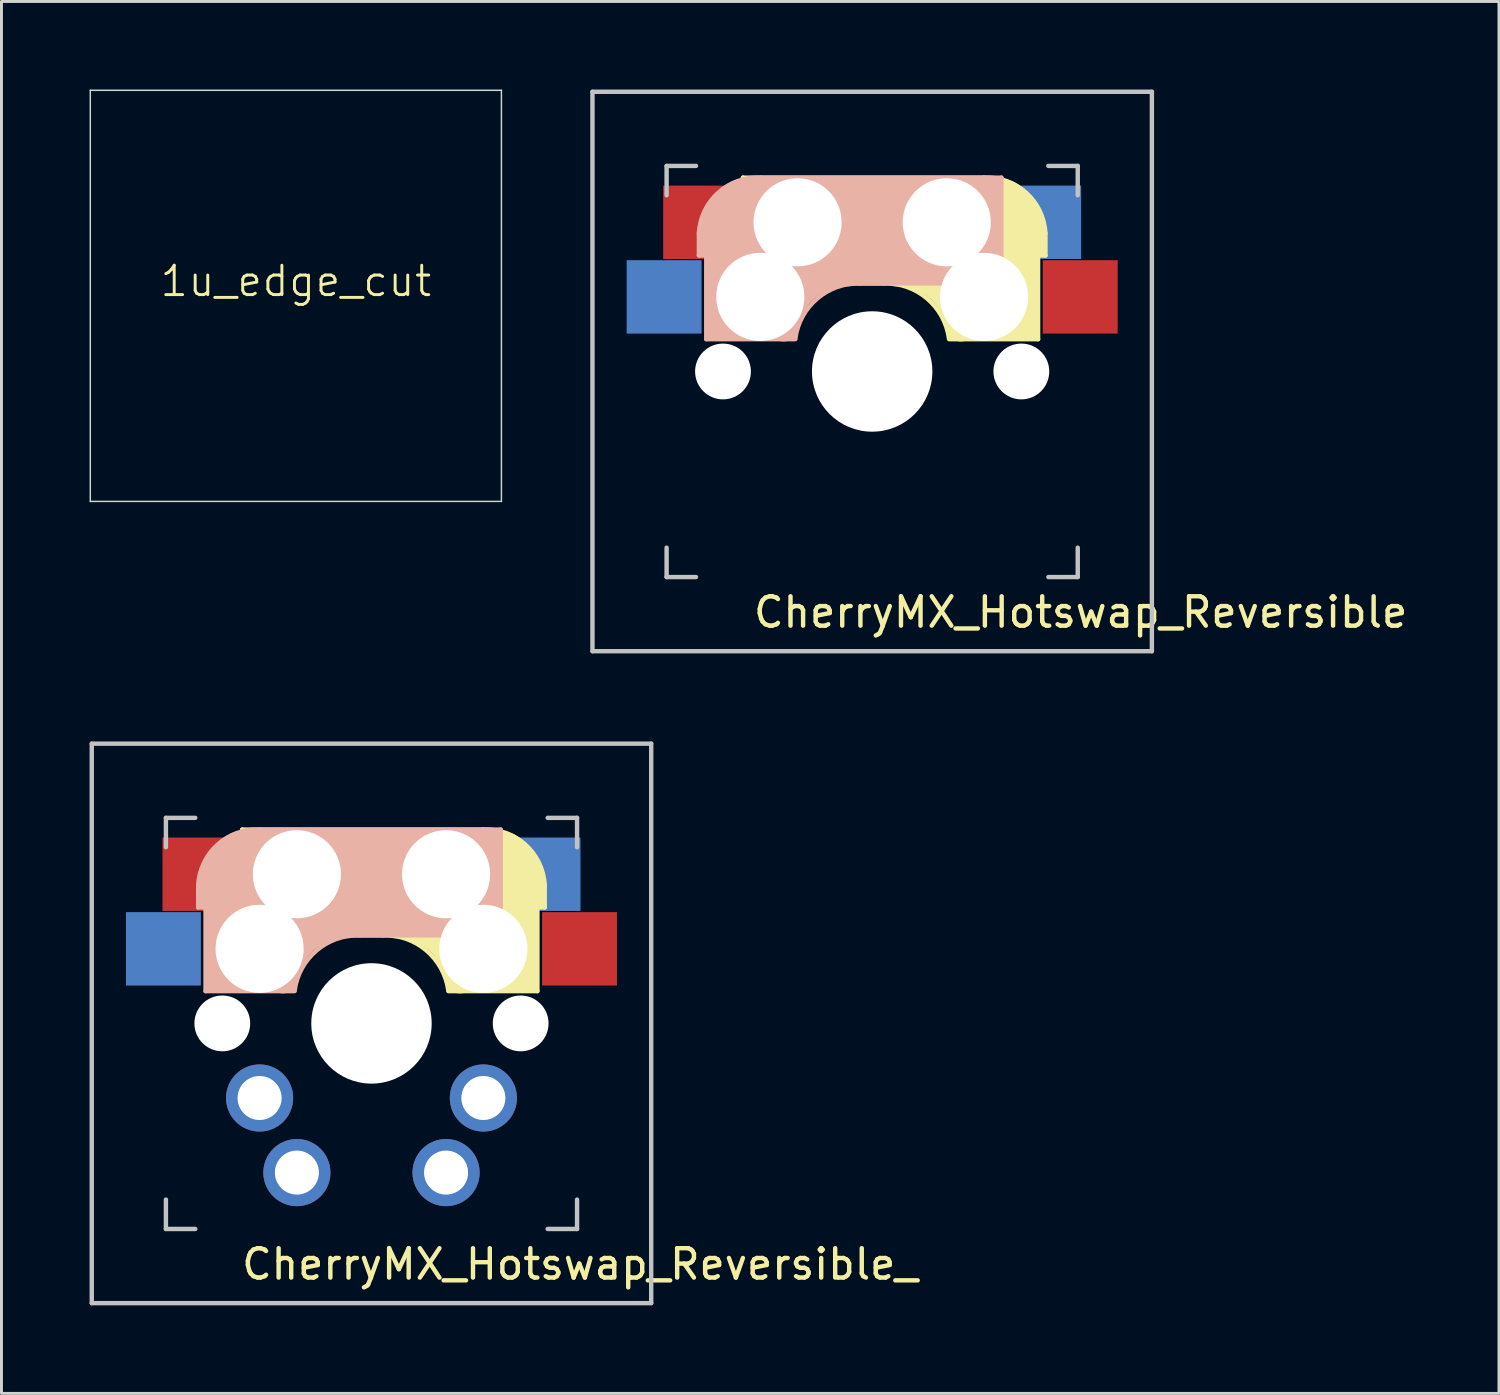
<source format=kicad_pcb>
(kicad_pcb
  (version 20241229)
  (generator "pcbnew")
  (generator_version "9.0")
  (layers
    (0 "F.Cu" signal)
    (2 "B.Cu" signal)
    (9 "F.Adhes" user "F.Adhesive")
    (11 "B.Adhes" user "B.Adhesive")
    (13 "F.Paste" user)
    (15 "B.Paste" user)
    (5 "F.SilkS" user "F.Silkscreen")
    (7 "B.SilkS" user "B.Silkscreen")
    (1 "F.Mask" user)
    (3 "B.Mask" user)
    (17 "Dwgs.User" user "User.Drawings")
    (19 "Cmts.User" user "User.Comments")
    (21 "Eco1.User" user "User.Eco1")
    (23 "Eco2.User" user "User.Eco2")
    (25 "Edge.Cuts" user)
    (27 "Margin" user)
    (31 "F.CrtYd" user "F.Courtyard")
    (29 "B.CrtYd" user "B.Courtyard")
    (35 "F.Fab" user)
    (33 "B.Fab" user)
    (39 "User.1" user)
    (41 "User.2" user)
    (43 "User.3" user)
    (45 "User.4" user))
  (footprint "CherryMX_Hotswap_Reversible_"
    (layer "F.Cu")
    (at 9.6 31.8)
    (property "Reference" "CherryMX_Hotswap_Reversible_" (at 7.1 8.2 0) (layer "F.SilkS") (effects (font (size 1 1) (thickness 0.15))))
    (attr through_hole)
    (fp_line (start -4.4 -6.6) (end 3.8 -6.6) (stroke (width 0.15) (type solid)) (layer "F.SilkS"))
    (fp_line (start -4.4 -3) (end -4.4 -6.6) (stroke (width 0.15) (type solid)) (layer "F.SilkS"))
    (fp_line (start -4.38 -4) (end -4.38 -6.25) (stroke (width 0.15) (type solid)) (layer "F.SilkS"))
    (fp_line (start -4.25 -6.4) (end -3 -6.4) (stroke (width 0.4) (type solid)) (layer "F.SilkS"))
    (fp_line (start -4.2 -3.25) (end -2.9 -3.3) (stroke (width 0.5) (type solid)) (layer "F.SilkS"))
    (fp_line (start -3.9 -6) (end -3.9 -3.5) (stroke (width 1) (type solid)) (layer "F.SilkS"))
    (fp_line (start -2.6 -4.8) (end 4.1 -4.8) (stroke (width 3.5) (type solid)) (layer "F.SilkS"))
    (fp_line (start 0.4 -3) (end -4.4 -3) (stroke (width 0.15) (type solid)) (layer "F.SilkS"))
    (fp_line (start 4.17 -5.1) (end 4.17 -2.86) (stroke (width 3) (type solid)) (layer "F.SilkS"))
    (fp_line (start 5.3 -1.6) (end 5.3 -3.4) (stroke (width 0.8) (type solid)) (layer "F.SilkS"))
    (fp_line (start 5.45 -1.3) (end 3 -1.3) (stroke (width 0.5) (type solid)) (layer "F.SilkS"))
    (fp_line (start 5.65 -5.55) (end 5.65 -1.1) (stroke (width 0.15) (type solid)) (layer "F.SilkS"))
    (fp_line (start 5.65 -1.1) (end 2.62 -1.1) (stroke (width 0.15) (type solid)) (layer "F.SilkS"))
    (fp_line (start 5.8 -4.05) (end 5.8 -4.7) (stroke (width 0.3) (type solid)) (layer "F.SilkS"))
    (fp_line (start 5.9 -4.7) (end 5.9 -3.95) (stroke (width 0.15) (type solid)) (layer "F.SilkS"))
    (fp_line (start 5.9 -3.95) (end 5.7 -3.95) (stroke (width 0.15) (type solid)) (layer "F.SilkS"))
    (fp_arc (start 0.4 -3) (mid 1.868709 -2.486118) (end 2.616318 -1.121471) (stroke (width 0.15) (type solid)) (layer "F.SilkS"))
    (fp_arc (start 0.8 -3.4) (mid 2.268709 -2.886118) (end 3.016318 -1.521471) (stroke (width 1) (type solid)) (layer "F.SilkS"))
    (fp_arc (start 3.800001 -6.6) (mid 5.243504 -6.084924) (end 5.9 -4.699999) (stroke (width 0.15) (type solid)) (layer "F.SilkS"))
    (fp_line (start -5.9 -4.7) (end -5.9 -3.95) (stroke (width 0.15) (type solid)) (layer "B.SilkS"))
    (fp_line (start -5.9 -3.95) (end -5.7 -3.95) (stroke (width 0.15) (type solid)) (layer "B.SilkS"))
    (fp_line (start -5.8 -4.05) (end -5.8 -4.7) (stroke (width 0.3) (type solid)) (layer "B.SilkS"))
    (fp_line (start -5.65 -5.55) (end -5.65 -1.1) (stroke (width 0.15) (type solid)) (layer "B.SilkS"))
    (fp_line (start -5.65 -1.1) (end -2.62 -1.1) (stroke (width 0.15) (type solid)) (layer "B.SilkS"))
    (fp_line (start -5.45 -1.3) (end -3 -1.3) (stroke (width 0.5) (type solid)) (layer "B.SilkS"))
    (fp_line (start -5.3 -1.6) (end -5.3 -3.4) (stroke (width 0.8) (type solid)) (layer "B.SilkS"))
    (fp_line (start -4.17 -5.1) (end -4.17 -2.86) (stroke (width 3) (type solid)) (layer "B.SilkS"))
    (fp_line (start -0.4 -3) (end 4.4 -3) (stroke (width 0.15) (type solid)) (layer "B.SilkS"))
    (fp_line (start 2.6 -4.8) (end -4.1 -4.8) (stroke (width 3.5) (type solid)) (layer "B.SilkS"))
    (fp_line (start 3.9 -6) (end 3.9 -3.5) (stroke (width 1) (type solid)) (layer "B.SilkS"))
    (fp_line (start 4.2 -3.25) (end 2.9 -3.3) (stroke (width 0.5) (type solid)) (layer "B.SilkS"))
    (fp_line (start 4.25 -6.4) (end 3 -6.4) (stroke (width 0.4) (type solid)) (layer "B.SilkS"))
    (fp_line (start 4.38 -4) (end 4.38 -6.25) (stroke (width 0.15) (type solid)) (layer "B.SilkS"))
    (fp_line (start 4.4 -6.6) (end -3.8 -6.6) (stroke (width 0.15) (type solid)) (layer "B.SilkS"))
    (fp_line (start 4.4 -3) (end 4.4 -6.6) (stroke (width 0.15) (type solid)) (layer "B.SilkS"))
    (fp_arc (start -5.9 -4.699999) (mid -5.243504 -6.084924) (end -3.800001 -6.6) (stroke (width 0.15) (type solid)) (layer "B.SilkS"))
    (fp_arc (start -3.016318 -1.521471) (mid -2.268709 -2.886118) (end -0.8 -3.4) (stroke (width 1) (type solid)) (layer "B.SilkS"))
    (fp_arc (start -2.616318 -1.121471) (mid -1.868709 -2.486118) (end -0.4 -3) (stroke (width 0.15) (type solid)) (layer "B.SilkS"))
    (fp_line (start -9.525 -9.525) (end 9.525 -9.525) (stroke (width 0.15) (type solid)) (layer "Dwgs.User"))
    (fp_line (start -9.525 9.525) (end -9.525 -9.525) (stroke (width 0.15) (type solid)) (layer "Dwgs.User"))
    (fp_line (start -7 -7) (end -6 -7) (stroke (width 0.15) (type solid)) (layer "Dwgs.User"))
    (fp_line (start -7 -6) (end -7 -7) (stroke (width 0.15) (type solid)) (layer "Dwgs.User"))
    (fp_line (start -7 6) (end -7 7) (stroke (width 0.15) (type solid)) (layer "Dwgs.User"))
    (fp_line (start -7 7) (end -6 7) (stroke (width 0.15) (type solid)) (layer "Dwgs.User"))
    (fp_line (start 6 7) (end 7 7) (stroke (width 0.15) (type solid)) (layer "Dwgs.User"))
    (fp_line (start 7 -7) (end 6 -7) (stroke (width 0.15) (type solid)) (layer "Dwgs.User"))
    (fp_line (start 7 -7) (end 7 -6) (stroke (width 0.15) (type solid)) (layer "Dwgs.User"))
    (fp_line (start 7 7) (end 7 6) (stroke (width 0.15) (type solid)) (layer "Dwgs.User"))
    (fp_line (start 9.525 -9.525) (end 9.525 9.525) (stroke (width 0.15) (type solid)) (layer "Dwgs.User"))
    (fp_line (start 9.525 9.525) (end -9.525 9.525) (stroke (width 0.15) (type solid)) (layer "Dwgs.User"))
    (pad "" np_thru_hole circle (at -5.08 0) (size 1.9 1.9) (drill 1.9) (layers "*.Cu" "*.Mask"))
    (pad "" np_thru_hole circle (at -3.81 -2.54) (size 3 3) (drill 3) (layers "*.Cu" "*.Mask"))
    (pad "" np_thru_hole circle (at -2.54 -5.08 180) (size 3 3) (drill 3) (layers "*.Cu" "*.Mask"))
    (pad "" np_thru_hole circle (at 0 0 90) (size 4.1 4.1) (drill 4.1) (layers "*.Cu" "*.Mask"))
    (pad "" np_thru_hole circle (at 2.54 -5.08) (size 3 3) (drill 3) (layers "*.Cu" "*.Mask"))
    (pad "" np_thru_hole circle (at 3.81 -2.54 180) (size 3 3) (drill 3) (layers "*.Cu" "*.Mask"))
    (pad "" np_thru_hole circle (at 5.08 0) (size 1.9 1.9) (drill 1.9) (layers "*.Cu" "*.Mask"))
    (pad "1" smd rect (at -7.085 -2.54 180) (size 2.55 2.5) (layers "B.Cu" "B.Mask" "B.Paste"))
    (pad "1" smd rect (at -5.842 -5.08) (size 2.55 2.5) (layers "F.Cu" "F.Mask" "F.Paste"))
    (pad "1" thru_hole circle (at -3.81 2.54 180) (size 2.286 2.286) (drill 1.499) (layers "*.Cu" "*.Mask"))
    (pad "1" thru_hole circle (at -2.54 5.08 180) (size 2.286 2.286) (drill 1.499) (layers "*.Cu" "*.Mask"))
    (pad "2" thru_hole circle (at 2.54 5.08 180) (size 2.286 2.286) (drill 1.499) (layers "*.Cu" "*.Mask"))
    (pad "2" thru_hole circle (at 3.81 2.54 180) (size 2.286 2.286) (drill 1.499) (layers "*.Cu" "*.Mask"))
    (pad "2" smd rect (at 5.842 -5.08 180) (size 2.55 2.5) (layers "B.Cu" "B.Mask" "B.Paste"))
    (pad "2" smd rect (at 7.085 -2.54) (size 2.55 2.5) (layers "F.Cu" "F.Mask" "F.Paste")))
  (footprint "CherryMX_Hotswap_Reversible"
    (layer "F.Cu")
    (at 26.65 9.6)
    (property "Reference" "CherryMX_Hotswap_Reversible" (at 7.1 8.2 0) (layer "F.SilkS") (effects (font (size 1 1) (thickness 0.15))))
    (attr through_hole)
    (fp_line (start -4.4 -6.6) (end 3.8 -6.6) (stroke (width 0.15) (type solid)) (layer "F.SilkS"))
    (fp_line (start -4.4 -3) (end -4.4 -6.6) (stroke (width 0.15) (type solid)) (layer "F.SilkS"))
    (fp_line (start -4.38 -4) (end -4.38 -6.25) (stroke (width 0.15) (type solid)) (layer "F.SilkS"))
    (fp_line (start -4.25 -6.4) (end -3 -6.4) (stroke (width 0.4) (type solid)) (layer "F.SilkS"))
    (fp_line (start -4.2 -3.25) (end -2.9 -3.3) (stroke (width 0.5) (type solid)) (layer "F.SilkS"))
    (fp_line (start -3.9 -6) (end -3.9 -3.5) (stroke (width 1) (type solid)) (layer "F.SilkS"))
    (fp_line (start -2.6 -4.8) (end 4.1 -4.8) (stroke (width 3.5) (type solid)) (layer "F.SilkS"))
    (fp_line (start 0.4 -3) (end -4.4 -3) (stroke (width 0.15) (type solid)) (layer "F.SilkS"))
    (fp_line (start 4.17 -5.1) (end 4.17 -2.86) (stroke (width 3) (type solid)) (layer "F.SilkS"))
    (fp_line (start 5.3 -1.6) (end 5.3 -3.4) (stroke (width 0.8) (type solid)) (layer "F.SilkS"))
    (fp_line (start 5.45 -1.3) (end 3 -1.3) (stroke (width 0.5) (type solid)) (layer "F.SilkS"))
    (fp_line (start 5.65 -5.55) (end 5.65 -1.1) (stroke (width 0.15) (type solid)) (layer "F.SilkS"))
    (fp_line (start 5.65 -1.1) (end 2.62 -1.1) (stroke (width 0.15) (type solid)) (layer "F.SilkS"))
    (fp_line (start 5.8 -4.05) (end 5.8 -4.7) (stroke (width 0.3) (type solid)) (layer "F.SilkS"))
    (fp_line (start 5.9 -4.7) (end 5.9 -3.95) (stroke (width 0.15) (type solid)) (layer "F.SilkS"))
    (fp_line (start 5.9 -3.95) (end 5.7 -3.95) (stroke (width 0.15) (type solid)) (layer "F.SilkS"))
    (fp_arc (start 0.4 -3) (mid 1.868709 -2.486118) (end 2.616318 -1.121471) (stroke (width 0.15) (type solid)) (layer "F.SilkS"))
    (fp_arc (start 0.8 -3.4) (mid 2.268709 -2.886118) (end 3.016318 -1.521471) (stroke (width 1) (type solid)) (layer "F.SilkS"))
    (fp_arc (start 3.800001 -6.6) (mid 5.243504 -6.084924) (end 5.9 -4.699999) (stroke (width 0.15) (type solid)) (layer "F.SilkS"))
    (fp_line (start -5.9 -4.7) (end -5.9 -3.95) (stroke (width 0.15) (type solid)) (layer "B.SilkS"))
    (fp_line (start -5.9 -3.95) (end -5.7 -3.95) (stroke (width 0.15) (type solid)) (layer "B.SilkS"))
    (fp_line (start -5.8 -4.05) (end -5.8 -4.7) (stroke (width 0.3) (type solid)) (layer "B.SilkS"))
    (fp_line (start -5.65 -5.55) (end -5.65 -1.1) (stroke (width 0.15) (type solid)) (layer "B.SilkS"))
    (fp_line (start -5.65 -1.1) (end -2.62 -1.1) (stroke (width 0.15) (type solid)) (layer "B.SilkS"))
    (fp_line (start -5.45 -1.3) (end -3 -1.3) (stroke (width 0.5) (type solid)) (layer "B.SilkS"))
    (fp_line (start -5.3 -1.6) (end -5.3 -3.4) (stroke (width 0.8) (type solid)) (layer "B.SilkS"))
    (fp_line (start -4.17 -5.1) (end -4.17 -2.86) (stroke (width 3) (type solid)) (layer "B.SilkS"))
    (fp_line (start -0.4 -3) (end 4.4 -3) (stroke (width 0.15) (type solid)) (layer "B.SilkS"))
    (fp_line (start 2.6 -4.8) (end -4.1 -4.8) (stroke (width 3.5) (type solid)) (layer "B.SilkS"))
    (fp_line (start 3.9 -6) (end 3.9 -3.5) (stroke (width 1) (type solid)) (layer "B.SilkS"))
    (fp_line (start 4.2 -3.25) (end 2.9 -3.3) (stroke (width 0.5) (type solid)) (layer "B.SilkS"))
    (fp_line (start 4.25 -6.4) (end 3 -6.4) (stroke (width 0.4) (type solid)) (layer "B.SilkS"))
    (fp_line (start 4.38 -4) (end 4.38 -6.25) (stroke (width 0.15) (type solid)) (layer "B.SilkS"))
    (fp_line (start 4.4 -6.6) (end -3.8 -6.6) (stroke (width 0.15) (type solid)) (layer "B.SilkS"))
    (fp_line (start 4.4 -3) (end 4.4 -6.6) (stroke (width 0.15) (type solid)) (layer "B.SilkS"))
    (fp_arc (start -5.9 -4.699999) (mid -5.243504 -6.084924) (end -3.800001 -6.6) (stroke (width 0.15) (type solid)) (layer "B.SilkS"))
    (fp_arc (start -3.016318 -1.521471) (mid -2.268709 -2.886118) (end -0.8 -3.4) (stroke (width 1) (type solid)) (layer "B.SilkS"))
    (fp_arc (start -2.616318 -1.121471) (mid -1.868709 -2.486118) (end -0.4 -3) (stroke (width 0.15) (type solid)) (layer "B.SilkS"))
    (fp_line (start -9.525 -9.525) (end 9.525 -9.525) (stroke (width 0.15) (type solid)) (layer "Dwgs.User"))
    (fp_line (start -9.525 9.525) (end -9.525 -9.525) (stroke (width 0.15) (type solid)) (layer "Dwgs.User"))
    (fp_line (start -7 -7) (end -6 -7) (stroke (width 0.15) (type solid)) (layer "Dwgs.User"))
    (fp_line (start -7 -6) (end -7 -7) (stroke (width 0.15) (type solid)) (layer "Dwgs.User"))
    (fp_line (start -7 6) (end -7 7) (stroke (width 0.15) (type solid)) (layer "Dwgs.User"))
    (fp_line (start -7 7) (end -6 7) (stroke (width 0.15) (type solid)) (layer "Dwgs.User"))
    (fp_line (start 6 7) (end 7 7) (stroke (width 0.15) (type solid)) (layer "Dwgs.User"))
    (fp_line (start 7 -7) (end 6 -7) (stroke (width 0.15) (type solid)) (layer "Dwgs.User"))
    (fp_line (start 7 -7) (end 7 -6) (stroke (width 0.15) (type solid)) (layer "Dwgs.User"))
    (fp_line (start 7 7) (end 7 6) (stroke (width 0.15) (type solid)) (layer "Dwgs.User"))
    (fp_line (start 9.525 -9.525) (end 9.525 9.525) (stroke (width 0.15) (type solid)) (layer "Dwgs.User"))
    (fp_line (start 9.525 9.525) (end -9.525 9.525) (stroke (width 0.15) (type solid)) (layer "Dwgs.User"))
    (pad "" np_thru_hole circle (at -5.08 0) (size 1.9 1.9) (drill 1.9) (layers "*.Cu" "*.Mask"))
    (pad "" np_thru_hole circle (at -3.81 -2.54) (size 3 3) (drill 3) (layers "*.Cu" "*.Mask"))
    (pad "" np_thru_hole circle (at -2.54 -5.08 180) (size 3 3) (drill 3) (layers "*.Cu" "*.Mask"))
    (pad "" np_thru_hole circle (at 0 0 90) (size 4.1 4.1) (drill 4.1) (layers "*.Cu" "*.Mask"))
    (pad "" np_thru_hole circle (at 2.54 -5.08) (size 3 3) (drill 3) (layers "*.Cu" "*.Mask"))
    (pad "" np_thru_hole circle (at 3.81 -2.54 180) (size 3 3) (drill 3) (layers "*.Cu" "*.Mask"))
    (pad "" np_thru_hole circle (at 5.08 0) (size 1.9 1.9) (drill 1.9) (layers "*.Cu" "*.Mask"))
    (pad "1" smd rect (at -7.085 -2.54 180) (size 2.55 2.5) (layers "B.Cu" "B.Mask" "B.Paste"))
    (pad "1" smd rect (at -5.842 -5.08) (size 2.55 2.5) (layers "F.Cu" "F.Mask" "F.Paste"))
    (pad "2" smd rect (at 5.842 -5.08 180) (size 2.55 2.5) (layers "B.Cu" "B.Mask" "B.Paste"))
    (pad "2" smd rect (at 7.085 -2.54) (size 2.55 2.5) (layers "F.Cu" "F.Mask" "F.Paste")))
  (footprint "1u_edge_cut"
    (layer "F.Cu")
    (at 7.025 7.025)
    (property "Reference" "1u_edge_cut" (at 0 -0.5 0) (unlocked yes) (layer "F.SilkS") (effects (font (size 1 1) (thickness 0.1))))
    (attr smd)
    (fp_line (start -7 -7) (end -7 7) (stroke (width 0.05) (type default)) (layer "Edge.Cuts"))
    (fp_line (start -7 7) (end 7 7) (stroke (width 0.05) (type default)) (layer "Edge.Cuts"))
    (fp_line (start 7 -7) (end -7 -7) (stroke (width 0.05) (type default)) (layer "Edge.Cuts"))
    (fp_line (start 7 7) (end 7 -7) (stroke (width 0.05) (type default)) (layer "Edge.Cuts")))
  (gr_rect
    (start -3 -3)
    (end 47.994 44.4)
    (stroke (width 0.1) (type default))
    (fill no)
    (layer "Edge.Cuts")))
</source>
